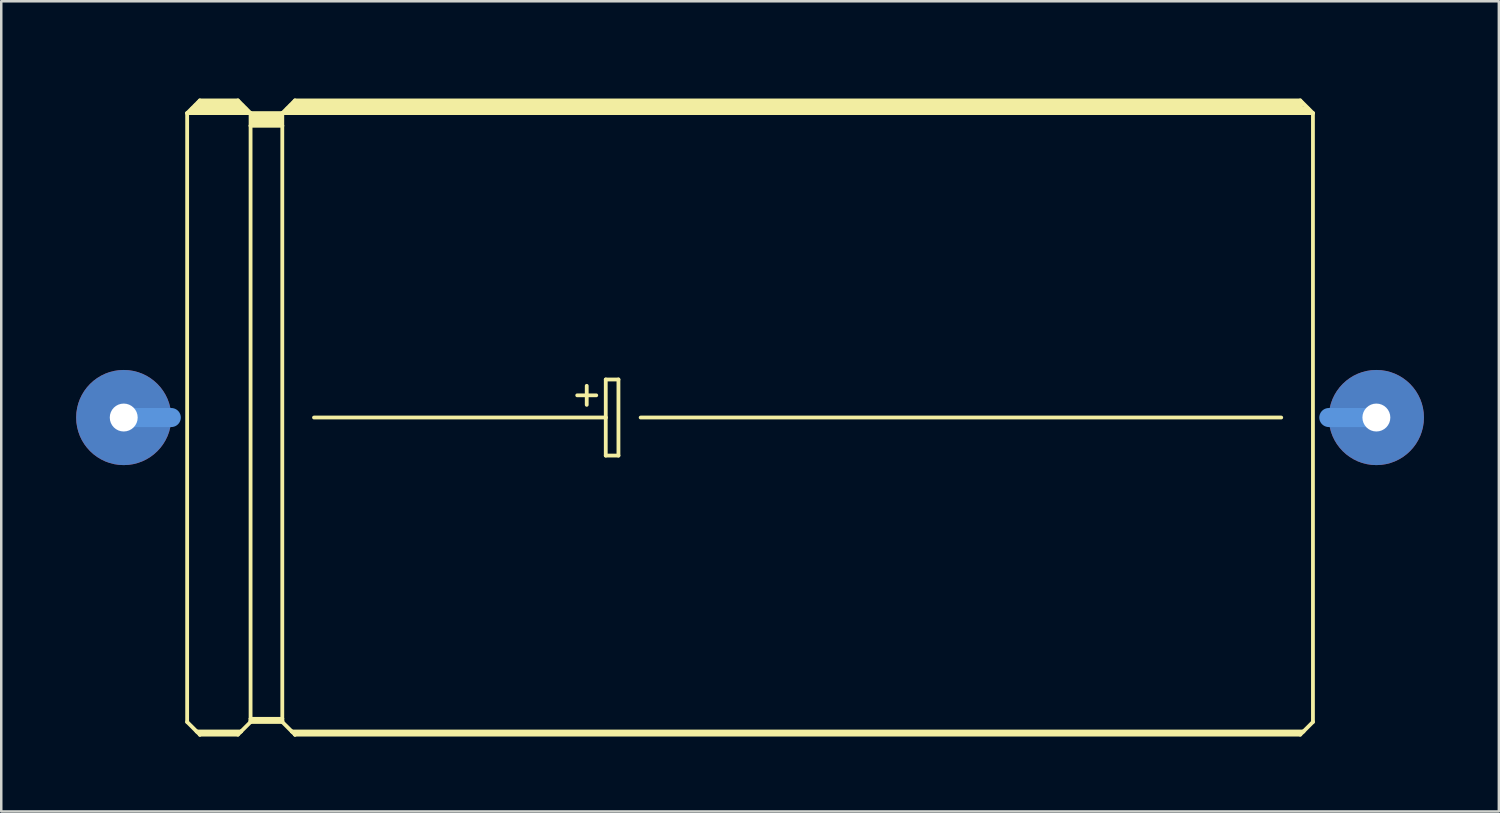
<source format=kicad_pcb>
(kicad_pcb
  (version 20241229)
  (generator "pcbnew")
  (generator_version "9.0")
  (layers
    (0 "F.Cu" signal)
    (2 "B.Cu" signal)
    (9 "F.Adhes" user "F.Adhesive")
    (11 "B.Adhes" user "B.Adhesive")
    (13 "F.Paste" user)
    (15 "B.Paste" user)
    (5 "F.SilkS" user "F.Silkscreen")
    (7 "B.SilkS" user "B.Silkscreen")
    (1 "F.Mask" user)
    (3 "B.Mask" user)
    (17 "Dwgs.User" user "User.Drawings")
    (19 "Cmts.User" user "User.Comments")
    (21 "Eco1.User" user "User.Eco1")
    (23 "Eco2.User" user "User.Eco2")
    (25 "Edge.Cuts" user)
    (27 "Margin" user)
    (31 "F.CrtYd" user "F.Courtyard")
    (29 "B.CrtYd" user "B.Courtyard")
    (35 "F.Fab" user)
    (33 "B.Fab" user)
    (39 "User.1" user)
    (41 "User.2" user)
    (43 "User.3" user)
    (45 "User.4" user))
  (footprint "E50-25"
    (layer "F.Cu")
    (at 27.305 13.671)
    (property "Reference" "E50-25" (at -18.542 -12.319 0) (layer "Eco1.User") (effects (font (size 1.778 1.778) (thickness 0.178))))
    (attr through_hole)
    (fp_line (start -22.86 -12.192) (end -22.86 12.192) (stroke (width 0.152) (type solid)) (layer "F.SilkS"))
    (fp_line (start -22.86 -12.192) (end -22.352 -12.7) (stroke (width 0.152) (type solid)) (layer "F.SilkS"))
    (fp_line (start -22.86 -12.192) (end -20.32 -12.192) (stroke (width 0.152) (type solid)) (layer "F.SilkS"))
    (fp_line (start -22.86 12.192) (end -22.479 12.573) (stroke (width 0.152) (type solid)) (layer "F.SilkS"))
    (fp_line (start -22.606 -12.319) (end -22.479 -12.319) (stroke (width 0.305) (type solid)) (layer "F.SilkS"))
    (fp_line (start -22.479 -12.319) (end -22.479 -12.446) (stroke (width 0.305) (type solid)) (layer "F.SilkS"))
    (fp_line (start -22.479 -12.319) (end -20.701 -12.319) (stroke (width 0.305) (type solid)) (layer "F.SilkS"))
    (fp_line (start -22.479 12.573) (end -22.352 12.7) (stroke (width 0.152) (type solid)) (layer "F.SilkS"))
    (fp_line (start -22.479 12.573) (end -20.701 12.573) (stroke (width 0.152) (type solid)) (layer "F.SilkS"))
    (fp_line (start -22.352 -12.7) (end -20.828 -12.7) (stroke (width 0.152) (type solid)) (layer "F.SilkS"))
    (fp_line (start -22.352 -12.573) (end -20.828 -12.573) (stroke (width 0.305) (type solid)) (layer "F.SilkS"))
    (fp_line (start -22.352 12.649) (end -20.828 12.649) (stroke (width 0.152) (type solid)) (layer "F.SilkS"))
    (fp_line (start -22.352 12.7) (end -22.352 12.649) (stroke (width 0.152) (type solid)) (layer "F.SilkS"))
    (fp_line (start -22.352 12.7) (end -20.828 12.7) (stroke (width 0.152) (type solid)) (layer "F.SilkS"))
    (fp_line (start -20.701 -12.319) (end -20.701 -12.446) (stroke (width 0.305) (type solid)) (layer "F.SilkS"))
    (fp_line (start -20.701 -12.319) (end -20.574 -12.319) (stroke (width 0.305) (type solid)) (layer "F.SilkS"))
    (fp_line (start -20.701 12.573) (end -20.828 12.7) (stroke (width 0.152) (type solid)) (layer "F.SilkS"))
    (fp_line (start -20.32 -12.192) (end -20.828 -12.7) (stroke (width 0.152) (type solid)) (layer "F.SilkS"))
    (fp_line (start -20.32 -12.192) (end -20.32 -11.684) (stroke (width 0.152) (type solid)) (layer "F.SilkS"))
    (fp_line (start -20.32 -12.192) (end -19.05 -12.192) (stroke (width 0.152) (type solid)) (layer "F.SilkS"))
    (fp_line (start -20.32 -11.684) (end -20.32 12.065) (stroke (width 0.152) (type solid)) (layer "F.SilkS"))
    (fp_line (start -20.32 -11.684) (end -19.05 -11.684) (stroke (width 0.152) (type solid)) (layer "F.SilkS"))
    (fp_line (start -20.32 12.065) (end -20.32 12.141) (stroke (width 0.152) (type solid)) (layer "F.SilkS"))
    (fp_line (start -20.32 12.065) (end -19.05 12.065) (stroke (width 0.152) (type solid)) (layer "F.SilkS"))
    (fp_line (start -20.32 12.141) (end -20.32 12.192) (stroke (width 0.152) (type solid)) (layer "F.SilkS"))
    (fp_line (start -20.32 12.141) (end -19.05 12.141) (stroke (width 0.152) (type solid)) (layer "F.SilkS"))
    (fp_line (start -20.32 12.192) (end -20.701 12.573) (stroke (width 0.152) (type solid)) (layer "F.SilkS"))
    (fp_line (start -20.32 12.192) (end -19.05 12.192) (stroke (width 0.152) (type solid)) (layer "F.SilkS"))
    (fp_line (start -20.193 -12.065) (end -19.177 -12.065) (stroke (width 0.305) (type solid)) (layer "F.SilkS"))
    (fp_line (start -20.193 -11.811) (end -19.177 -11.811) (stroke (width 0.305) (type solid)) (layer "F.SilkS"))
    (fp_line (start -19.05 -12.192) (end -19.05 -11.684) (stroke (width 0.152) (type solid)) (layer "F.SilkS"))
    (fp_line (start -19.05 -12.192) (end 22.225 -12.192) (stroke (width 0.152) (type solid)) (layer "F.SilkS"))
    (fp_line (start -19.05 -11.684) (end -19.05 12.065) (stroke (width 0.152) (type solid)) (layer "F.SilkS"))
    (fp_line (start -19.05 12.065) (end -19.05 12.141) (stroke (width 0.152) (type solid)) (layer "F.SilkS"))
    (fp_line (start -19.05 12.141) (end -19.05 12.192) (stroke (width 0.152) (type solid)) (layer "F.SilkS"))
    (fp_line (start -19.05 12.192) (end -18.669 12.573) (stroke (width 0.152) (type solid)) (layer "F.SilkS"))
    (fp_line (start -18.796 -12.319) (end -18.669 -12.319) (stroke (width 0.305) (type solid)) (layer "F.SilkS"))
    (fp_line (start -18.669 -12.319) (end -18.669 -12.446) (stroke (width 0.305) (type solid)) (layer "F.SilkS"))
    (fp_line (start -18.669 -12.319) (end 21.971 -12.319) (stroke (width 0.305) (type solid)) (layer "F.SilkS"))
    (fp_line (start -18.669 12.573) (end -18.542 12.7) (stroke (width 0.152) (type solid)) (layer "F.SilkS"))
    (fp_line (start -18.669 12.573) (end 21.844 12.573) (stroke (width 0.152) (type solid)) (layer "F.SilkS"))
    (fp_line (start -18.542 -12.7) (end -19.05 -12.192) (stroke (width 0.152) (type solid)) (layer "F.SilkS"))
    (fp_line (start -18.542 -12.7) (end 21.717 -12.7) (stroke (width 0.152) (type solid)) (layer "F.SilkS"))
    (fp_line (start -18.542 -12.573) (end 21.717 -12.573) (stroke (width 0.305) (type solid)) (layer "F.SilkS"))
    (fp_line (start -18.542 12.649) (end 21.717 12.649) (stroke (width 0.152) (type solid)) (layer "F.SilkS"))
    (fp_line (start -18.542 12.7) (end -18.542 12.649) (stroke (width 0.152) (type solid)) (layer "F.SilkS"))
    (fp_line (start -17.78 0) (end -6.096 0) (stroke (width 0.152) (type solid)) (layer "F.SilkS"))
    (fp_line (start -7.239 -0.889) (end -6.477 -0.889) (stroke (width 0.152) (type solid)) (layer "F.SilkS"))
    (fp_line (start -6.858 -1.27) (end -6.858 -0.508) (stroke (width 0.152) (type solid)) (layer "F.SilkS"))
    (fp_line (start -6.096 -1.524) (end -6.096 0) (stroke (width 0.152) (type solid)) (layer "F.SilkS"))
    (fp_line (start -6.096 0) (end -6.096 1.524) (stroke (width 0.152) (type solid)) (layer "F.SilkS"))
    (fp_line (start -6.096 1.524) (end -5.588 1.524) (stroke (width 0.152) (type solid)) (layer "F.SilkS"))
    (fp_line (start -5.588 -1.524) (end -6.096 -1.524) (stroke (width 0.152) (type solid)) (layer "F.SilkS"))
    (fp_line (start -5.588 1.524) (end -5.588 -1.524) (stroke (width 0.152) (type solid)) (layer "F.SilkS"))
    (fp_line (start -4.699 0) (end 20.955 0) (stroke (width 0.152) (type solid)) (layer "F.SilkS"))
    (fp_line (start 21.717 -12.7) (end 22.225 -12.192) (stroke (width 0.152) (type solid)) (layer "F.SilkS"))
    (fp_line (start 21.717 12.7) (end -18.542 12.7) (stroke (width 0.152) (type solid)) (layer "F.SilkS"))
    (fp_line (start 21.844 12.573) (end 21.717 12.7) (stroke (width 0.152) (type solid)) (layer "F.SilkS"))
    (fp_line (start 22.225 -12.192) (end 22.225 12.192) (stroke (width 0.152) (type solid)) (layer "F.SilkS"))
    (fp_line (start 22.225 12.192) (end 21.844 12.573) (stroke (width 0.152) (type solid)) (layer "F.SilkS"))
    (fp_line (start -25.4 0) (end -23.495 0) (stroke (width 0.762) (type solid)) (layer "Cmts.User"))
    (fp_line (start 24.765 0) (end 22.86 0) (stroke (width 0.762) (type solid)) (layer "Cmts.User"))
    (pad "+" thru_hole oval (at -25.4 0) (size 3.81 3.81) (drill 1.118) (layers "*.Cu" "*.Mask"))
    (pad "-" thru_hole oval (at 24.765 0) (size 3.81 3.81) (drill 1.118) (layers "*.Cu" "*.Mask")))
  (gr_rect
    (start -3 -3)
    (end 56.975 29.447)
    (stroke (width 0.1) (type default))
    (fill no)
    (layer "Edge.Cuts")))
</source>
